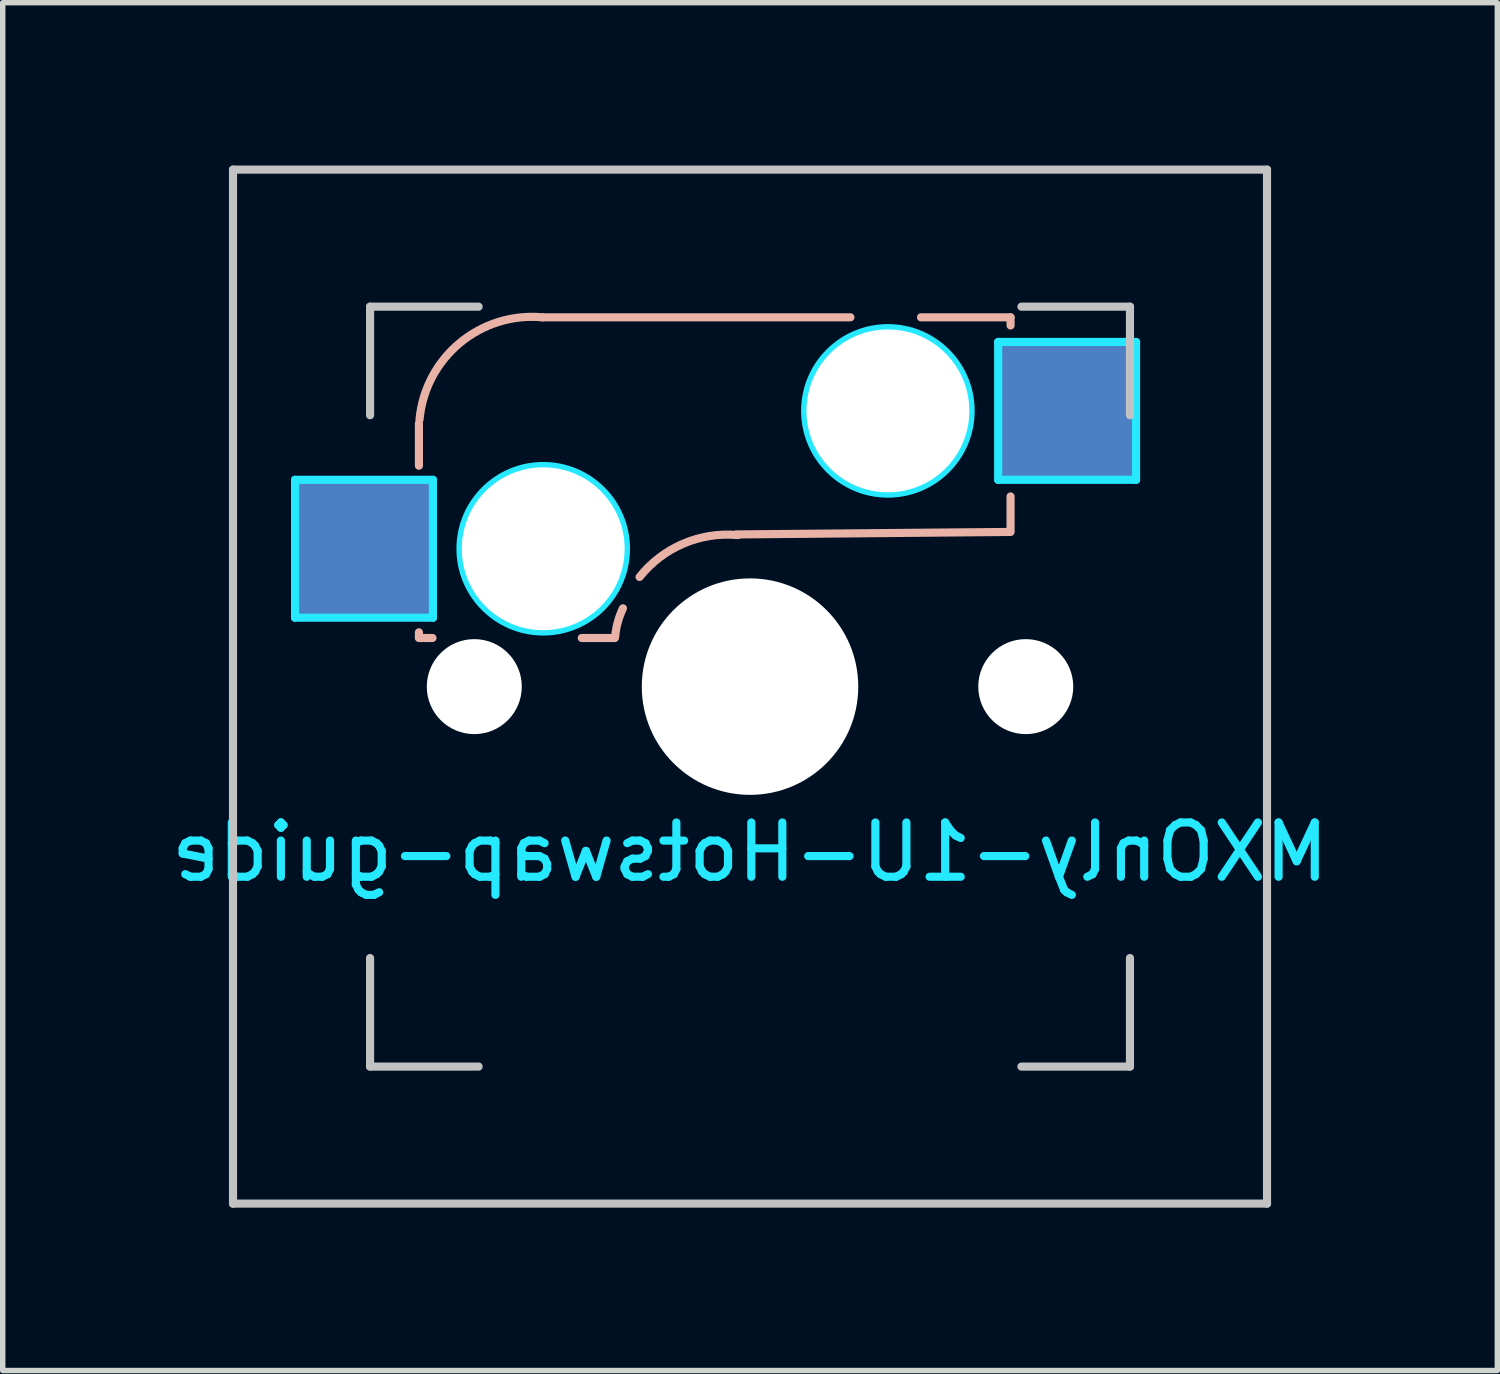
<source format=kicad_pcb>
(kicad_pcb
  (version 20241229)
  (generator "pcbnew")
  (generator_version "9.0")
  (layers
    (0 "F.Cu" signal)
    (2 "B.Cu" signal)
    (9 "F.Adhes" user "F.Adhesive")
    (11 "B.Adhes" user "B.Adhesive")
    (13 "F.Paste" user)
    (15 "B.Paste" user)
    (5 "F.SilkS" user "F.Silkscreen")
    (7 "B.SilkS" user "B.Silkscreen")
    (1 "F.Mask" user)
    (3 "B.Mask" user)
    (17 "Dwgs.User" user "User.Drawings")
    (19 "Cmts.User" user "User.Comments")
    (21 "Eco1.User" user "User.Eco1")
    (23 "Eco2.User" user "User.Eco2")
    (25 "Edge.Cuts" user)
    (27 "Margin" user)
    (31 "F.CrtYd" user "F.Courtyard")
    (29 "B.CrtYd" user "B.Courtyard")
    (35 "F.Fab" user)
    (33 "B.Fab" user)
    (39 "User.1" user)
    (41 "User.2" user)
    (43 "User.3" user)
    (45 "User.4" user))
  (footprint "MXOnly-1U-Hotswap-guide"
    (layer "F.Cu")
    (at 10.768 9.6)
    (property "Reference" "MXOnly-1U-Hotswap-guide" (at 0 3.048 0) (layer "B.CrtYd") (effects (font (size 1 1) (thickness 0.15)) (justify mirror)))
    (attr smd)
    (fp_line (start -6.1 -4.85) (end -6.1 -4.07) (stroke (width 0.15) (type solid)) (layer "B.SilkS"))
    (fp_line (start -6.1 -1) (end -6.1 -0.905) (stroke (width 0.15) (type solid)) (layer "B.SilkS"))
    (fp_line (start -6.1 -0.896) (end -5.85 -0.896) (stroke (width 0.15) (type solid)) (layer "B.SilkS"))
    (fp_line (start -3.1 -0.896) (end -2.49 -0.896) (stroke (width 0.15) (type solid)) (layer "B.SilkS"))
    (fp_line (start 1.85 -6.804) (end -3.825 -6.804) (stroke (width 0.15) (type solid)) (layer "B.SilkS"))
    (fp_line (start 4.8 -6.804) (end 3.15 -6.804) (stroke (width 0.15) (type solid)) (layer "B.SilkS"))
    (fp_line (start 4.8 -6.654) (end 4.8 -6.804) (stroke (width 0.15) (type solid)) (layer "B.SilkS"))
    (fp_line (start 4.8 -2.896) (end 4.8 -3.504) (stroke (width 0.15) (type solid)) (layer "B.SilkS"))
    (fp_line (start 4.8 -2.85) (end -0.25 -2.804) (stroke (width 0.15) (type solid)) (layer "B.SilkS"))
    (fp_arc (start -6.089 -4.92) (mid -5.347189 -6.33089) (end -3.825 -6.804) (stroke (width 0.15) (type solid)) (layer "B.SilkS"))
    (fp_arc (start -2.485 -0.92) (mid -2.436252 -1.187894) (end -2.34111 -1.443025) (stroke (width 0.15) (type solid)) (layer "B.SilkS"))
    (fp_arc (start -2.034999 -2.019999) (mid -1.227901 -2.634649) (end -0.225713 -2.792199) (stroke (width 0.15) (type solid)) (layer "B.SilkS"))
    (fp_line (start -9.525 -9.525) (end 9.525 -9.525) (stroke (width 0.15) (type solid)) (layer "Dwgs.User"))
    (fp_line (start -9.525 9.525) (end -9.525 -9.525) (stroke (width 0.15) (type solid)) (layer "Dwgs.User"))
    (fp_line (start -7 -7) (end -7 -5) (stroke (width 0.15) (type solid)) (layer "Dwgs.User"))
    (fp_line (start -7 5) (end -7 7) (stroke (width 0.15) (type solid)) (layer "Dwgs.User"))
    (fp_line (start -7 7) (end -5 7) (stroke (width 0.15) (type solid)) (layer "Dwgs.User"))
    (fp_line (start -5 -7) (end -7 -7) (stroke (width 0.15) (type solid)) (layer "Dwgs.User"))
    (fp_line (start 5 -7) (end 7 -7) (stroke (width 0.15) (type solid)) (layer "Dwgs.User"))
    (fp_line (start 5 7) (end 7 7) (stroke (width 0.15) (type solid)) (layer "Dwgs.User"))
    (fp_line (start 7 -7) (end 7 -5) (stroke (width 0.15) (type solid)) (layer "Dwgs.User"))
    (fp_line (start 7 7) (end 7 5) (stroke (width 0.15) (type solid)) (layer "Dwgs.User"))
    (fp_line (start 9.525 -9.525) (end 9.525 9.525) (stroke (width 0.15) (type solid)) (layer "Dwgs.User"))
    (fp_line (start 9.525 9.525) (end -9.525 9.525) (stroke (width 0.15) (type solid)) (layer "Dwgs.User"))
    (fp_line (start -8.382 -3.81) (end -8.382 -1.27) (stroke (width 0.15) (type solid)) (layer "B.CrtYd"))
    (fp_line (start -8.382 -1.27) (end -5.842 -1.27) (stroke (width 0.15) (type solid)) (layer "B.CrtYd"))
    (fp_line (start -5.842 -3.81) (end -8.382 -3.81) (stroke (width 0.15) (type solid)) (layer "B.CrtYd"))
    (fp_line (start -5.842 -1.27) (end -5.842 -3.81) (stroke (width 0.15) (type solid)) (layer "B.CrtYd"))
    (fp_line (start 4.572 -6.35) (end 7.112 -6.35) (stroke (width 0.15) (type solid)) (layer "B.CrtYd"))
    (fp_line (start 4.572 -3.81) (end 4.572 -6.35) (stroke (width 0.15) (type solid)) (layer "B.CrtYd"))
    (fp_line (start 7.112 -6.35) (end 7.112 -3.81) (stroke (width 0.15) (type solid)) (layer "B.CrtYd"))
    (fp_line (start 7.112 -3.81) (end 4.572 -3.81) (stroke (width 0.15) (type solid)) (layer "B.CrtYd"))
    (fp_circle (center -3.81 -2.54) (end -3.81 -4.064) (stroke (width 0.15) (type solid)) (fill no) (layer "B.CrtYd"))
    (fp_circle (center 2.54 -5.08) (end 2.54 -6.604) (stroke (width 0.15) (type solid)) (fill no) (layer "B.CrtYd"))
    (pad "" np_thru_hole circle (at -5.08 0 48.1) (size 1.75 1.75) (drill 1.75) (layers "*.Cu" "*.Mask"))
    (pad "" np_thru_hole circle (at -3.81 -2.54) (size 3 3) (drill 3) (layers "*.Cu" "*.Mask"))
    (pad "" np_thru_hole circle (at 0 0) (size 3.988 3.988) (drill 3.988) (layers "*.Cu" "*.Mask"))
    (pad "" np_thru_hole circle (at 2.54 -5.08) (size 3 3) (drill 3) (layers "*.Cu" "*.Mask"))
    (pad "" np_thru_hole circle (at 5.08 0 48.1) (size 1.75 1.75) (drill 1.75) (layers "*.Cu" "*.Mask"))
    (pad "1" smd rect (at -7.085 -2.54) (size 2.55 2.5) (layers "B.Cu" "B.Mask" "B.Paste"))
    (pad "2" smd rect (at 5.842 -5.08) (size 2.55 2.5) (layers "B.Cu" "B.Mask" "B.Paste")))
  (gr_rect
    (start -3 -3)
    (end 24.536 22.2)
    (stroke (width 0.1) (type default))
    (fill no)
    (layer "Edge.Cuts")))
</source>
